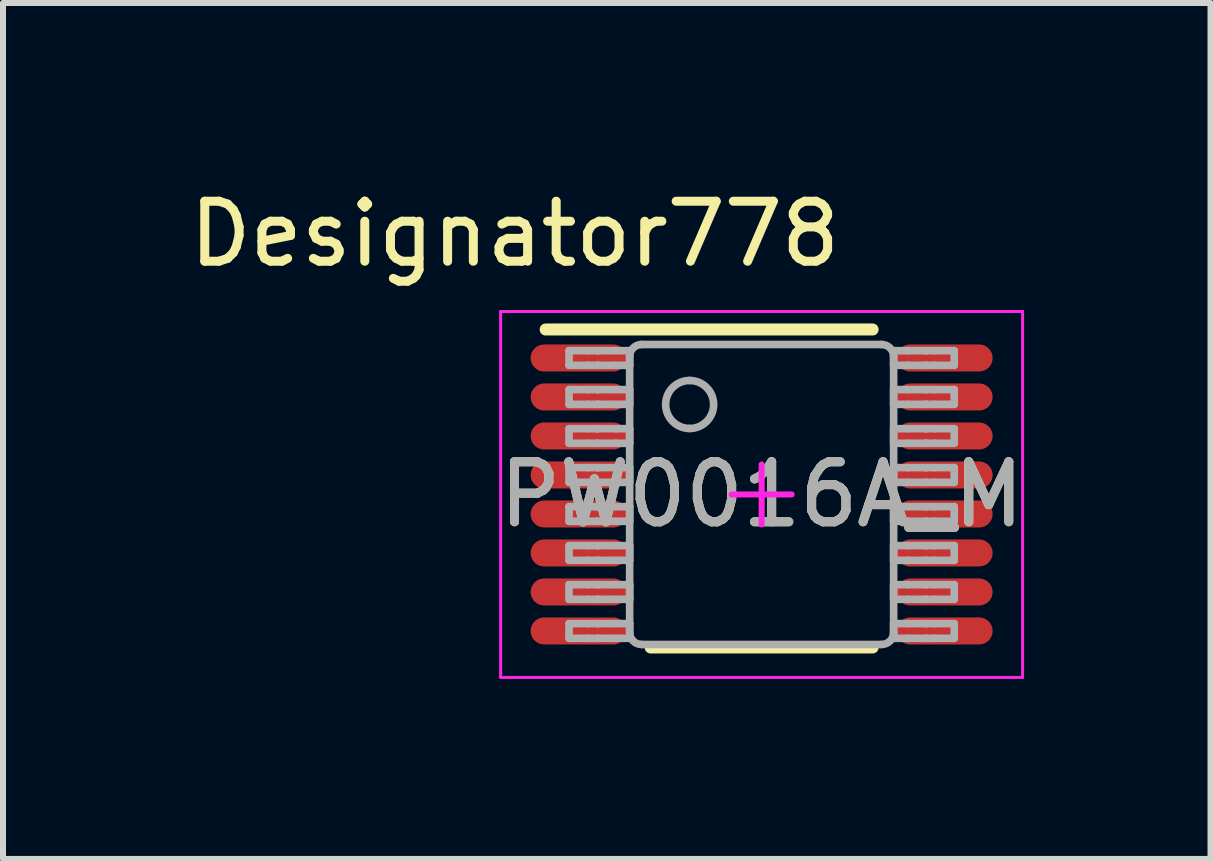
<source format=kicad_pcb>
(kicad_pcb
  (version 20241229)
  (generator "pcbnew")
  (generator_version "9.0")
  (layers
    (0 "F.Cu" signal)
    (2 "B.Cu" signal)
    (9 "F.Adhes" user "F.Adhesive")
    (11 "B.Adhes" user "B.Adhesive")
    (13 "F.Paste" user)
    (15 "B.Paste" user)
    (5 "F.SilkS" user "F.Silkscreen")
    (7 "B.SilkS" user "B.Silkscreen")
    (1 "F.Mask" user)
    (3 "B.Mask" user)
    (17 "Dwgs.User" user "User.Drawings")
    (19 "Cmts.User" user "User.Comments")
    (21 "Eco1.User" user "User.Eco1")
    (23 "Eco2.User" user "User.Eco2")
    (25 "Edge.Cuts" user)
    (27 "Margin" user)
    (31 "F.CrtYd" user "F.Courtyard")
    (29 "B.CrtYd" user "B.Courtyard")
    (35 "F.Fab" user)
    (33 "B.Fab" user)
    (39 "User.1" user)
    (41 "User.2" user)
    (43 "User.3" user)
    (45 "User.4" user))
  (footprint "PW0016A_M"
    (layer "F.Cu")
    (at 9.645 5.192)
    (property "Reference" "PW0016A_M" (at 0 0 0) (unlocked yes) (layer "F.SilkS") (effects (font (size 1 1) (thickness 0.15))))
    (attr smd)
    (fp_line (start -3.6 -2.75) (end 1.85 -2.75) (stroke (width 0.2) (type solid)) (layer "F.SilkS"))
    (fp_line (start -1.85 2.55) (end 1.85 2.55) (stroke (width 0.2) (type solid)) (layer "F.SilkS"))
    (fp_line (start -4.35 -3.05) (end 4.35 -3.05) (stroke (width 0.05) (type solid)) (layer "F.CrtYd"))
    (fp_line (start -4.35 3.05) (end -4.35 -3.05) (stroke (width 0.05) (type solid)) (layer "F.CrtYd"))
    (fp_line (start -4.35 3.05) (end 4.35 3.05) (stroke (width 0.05) (type solid)) (layer "F.CrtYd"))
    (fp_line (start -0.5 0) (end 0.5 0) (stroke (width 0.1) (type solid)) (layer "F.CrtYd"))
    (fp_line (start -0.000003 0.5) (end -0.000003 -0.5) (stroke (width 0.1) (type solid)) (layer "F.CrtYd"))
    (fp_line (start 4.35 3.05) (end 4.35 -3.05) (stroke (width 0.05) (type solid)) (layer "F.CrtYd"))
    (fp_line (start -3.21 -2.397) (end -2.887 -2.397) (stroke (width 0.127) (type solid)) (layer "F.Fab"))
    (fp_line (start -3.21 -2.153) (end -3.21 -2.397) (stroke (width 0.127) (type solid)) (layer "F.Fab"))
    (fp_line (start -3.21 -2.153) (end -2.887 -2.153) (stroke (width 0.127) (type solid)) (layer "F.Fab"))
    (fp_line (start -3.21 -1.748) (end -2.887 -1.748) (stroke (width 0.127) (type solid)) (layer "F.Fab"))
    (fp_line (start -3.21 -1.502) (end -3.21 -1.748) (stroke (width 0.127) (type solid)) (layer "F.Fab"))
    (fp_line (start -3.21 -1.502) (end -2.887 -1.502) (stroke (width 0.127) (type solid)) (layer "F.Fab"))
    (fp_line (start -3.21 -1.097) (end -2.887 -1.097) (stroke (width 0.127) (type solid)) (layer "F.Fab"))
    (fp_line (start -3.21 -0.853) (end -3.21 -1.097) (stroke (width 0.127) (type solid)) (layer "F.Fab"))
    (fp_line (start -3.21 -0.853) (end -2.887 -0.853) (stroke (width 0.127) (type solid)) (layer "F.Fab"))
    (fp_line (start -3.21 -0.448) (end -2.887 -0.448) (stroke (width 0.127) (type solid)) (layer "F.Fab"))
    (fp_line (start -3.21 -0.202) (end -3.21 -0.448) (stroke (width 0.127) (type solid)) (layer "F.Fab"))
    (fp_line (start -3.21 -0.202) (end -2.887 -0.202) (stroke (width 0.127) (type solid)) (layer "F.Fab"))
    (fp_line (start -3.21 0.203) (end -2.887 0.203) (stroke (width 0.127) (type solid)) (layer "F.Fab"))
    (fp_line (start -3.21 0.447) (end -3.21 0.203) (stroke (width 0.127) (type solid)) (layer "F.Fab"))
    (fp_line (start -3.21 0.447) (end -2.887 0.447) (stroke (width 0.127) (type solid)) (layer "F.Fab"))
    (fp_line (start -3.21 0.852) (end -2.887 0.852) (stroke (width 0.127) (type solid)) (layer "F.Fab"))
    (fp_line (start -3.21 1.098) (end -3.21 0.852) (stroke (width 0.127) (type solid)) (layer "F.Fab"))
    (fp_line (start -3.21 1.098) (end -2.887 1.098) (stroke (width 0.127) (type solid)) (layer "F.Fab"))
    (fp_line (start -3.21 1.503) (end -2.887 1.503) (stroke (width 0.127) (type solid)) (layer "F.Fab"))
    (fp_line (start -3.21 1.748) (end -3.21 1.503) (stroke (width 0.127) (type solid)) (layer "F.Fab"))
    (fp_line (start -3.21 1.748) (end -2.887 1.748) (stroke (width 0.127) (type solid)) (layer "F.Fab"))
    (fp_line (start -3.21 2.152) (end -2.887 2.152) (stroke (width 0.127) (type solid)) (layer "F.Fab"))
    (fp_line (start -3.21 2.398) (end -3.21 2.152) (stroke (width 0.127) (type solid)) (layer "F.Fab"))
    (fp_line (start -3.21 2.398) (end -2.887 2.398) (stroke (width 0.127) (type solid)) (layer "F.Fab"))
    (fp_line (start -2.887 -2.397) (end -2.739 -2.397) (stroke (width 0.127) (type solid)) (layer "F.Fab"))
    (fp_line (start -2.887 -2.153) (end -2.739 -2.153) (stroke (width 0.127) (type solid)) (layer "F.Fab"))
    (fp_line (start -2.887 -1.748) (end -2.739 -1.748) (stroke (width 0.127) (type solid)) (layer "F.Fab"))
    (fp_line (start -2.887 -1.502) (end -2.739 -1.502) (stroke (width 0.127) (type solid)) (layer "F.Fab"))
    (fp_line (start -2.887 -1.097) (end -2.739 -1.097) (stroke (width 0.127) (type solid)) (layer "F.Fab"))
    (fp_line (start -2.887 -0.853) (end -2.739 -0.853) (stroke (width 0.127) (type solid)) (layer "F.Fab"))
    (fp_line (start -2.887 -0.448) (end -2.739 -0.448) (stroke (width 0.127) (type solid)) (layer "F.Fab"))
    (fp_line (start -2.887 -0.202) (end -2.739 -0.202) (stroke (width 0.127) (type solid)) (layer "F.Fab"))
    (fp_line (start -2.887 0.203) (end -2.739 0.203) (stroke (width 0.127) (type solid)) (layer "F.Fab"))
    (fp_line (start -2.887 0.447) (end -2.739 0.447) (stroke (width 0.127) (type solid)) (layer "F.Fab"))
    (fp_line (start -2.887 0.852) (end -2.739 0.852) (stroke (width 0.127) (type solid)) (layer "F.Fab"))
    (fp_line (start -2.887 1.098) (end -2.739 1.098) (stroke (width 0.127) (type solid)) (layer "F.Fab"))
    (fp_line (start -2.887 1.503) (end -2.739 1.503) (stroke (width 0.127) (type solid)) (layer "F.Fab"))
    (fp_line (start -2.887 1.748) (end -2.739 1.748) (stroke (width 0.127) (type solid)) (layer "F.Fab"))
    (fp_line (start -2.887 2.152) (end -2.739 2.152) (stroke (width 0.127) (type solid)) (layer "F.Fab"))
    (fp_line (start -2.887 2.398) (end -2.739 2.398) (stroke (width 0.127) (type solid)) (layer "F.Fab"))
    (fp_line (start -2.739 -2.397) (end -2.733 -2.397) (stroke (width 0.127) (type solid)) (layer "F.Fab"))
    (fp_line (start -2.739 -2.153) (end -2.733 -2.153) (stroke (width 0.127) (type solid)) (layer "F.Fab"))
    (fp_line (start -2.739 -1.748) (end -2.733 -1.748) (stroke (width 0.127) (type solid)) (layer "F.Fab"))
    (fp_line (start -2.739 -1.502) (end -2.733 -1.502) (stroke (width 0.127) (type solid)) (layer "F.Fab"))
    (fp_line (start -2.739 -1.097) (end -2.733 -1.097) (stroke (width 0.127) (type solid)) (layer "F.Fab"))
    (fp_line (start -2.739 -0.853) (end -2.733 -0.853) (stroke (width 0.127) (type solid)) (layer "F.Fab"))
    (fp_line (start -2.739 -0.448) (end -2.733 -0.448) (stroke (width 0.127) (type solid)) (layer "F.Fab"))
    (fp_line (start -2.739 -0.202) (end -2.733 -0.202) (stroke (width 0.127) (type solid)) (layer "F.Fab"))
    (fp_line (start -2.739 0.203) (end -2.733 0.203) (stroke (width 0.127) (type solid)) (layer "F.Fab"))
    (fp_line (start -2.739 0.447) (end -2.733 0.447) (stroke (width 0.127) (type solid)) (layer "F.Fab"))
    (fp_line (start -2.739 0.852) (end -2.733 0.852) (stroke (width 0.127) (type solid)) (layer "F.Fab"))
    (fp_line (start -2.739 1.098) (end -2.733 1.098) (stroke (width 0.127) (type solid)) (layer "F.Fab"))
    (fp_line (start -2.739 1.503) (end -2.733 1.503) (stroke (width 0.127) (type solid)) (layer "F.Fab"))
    (fp_line (start -2.739 1.748) (end -2.733 1.748) (stroke (width 0.127) (type solid)) (layer "F.Fab"))
    (fp_line (start -2.739 2.152) (end -2.733 2.152) (stroke (width 0.127) (type solid)) (layer "F.Fab"))
    (fp_line (start -2.739 2.398) (end -2.733 2.398) (stroke (width 0.127) (type solid)) (layer "F.Fab"))
    (fp_line (start -2.733 -2.397) (end -2.431 -2.397) (stroke (width 0.127) (type solid)) (layer "F.Fab"))
    (fp_line (start -2.733 -2.153) (end -2.431 -2.153) (stroke (width 0.127) (type solid)) (layer "F.Fab"))
    (fp_line (start -2.733 -1.748) (end -2.431 -1.748) (stroke (width 0.127) (type solid)) (layer "F.Fab"))
    (fp_line (start -2.733 -1.502) (end -2.431 -1.502) (stroke (width 0.127) (type solid)) (layer "F.Fab"))
    (fp_line (start -2.733 -1.097) (end -2.431 -1.097) (stroke (width 0.127) (type solid)) (layer "F.Fab"))
    (fp_line (start -2.733 -0.853) (end -2.431 -0.853) (stroke (width 0.127) (type solid)) (layer "F.Fab"))
    (fp_line (start -2.733 -0.448) (end -2.431 -0.448) (stroke (width 0.127) (type solid)) (layer "F.Fab"))
    (fp_line (start -2.733 -0.202) (end -2.431 -0.202) (stroke (width 0.127) (type solid)) (layer "F.Fab"))
    (fp_line (start -2.733 0.203) (end -2.431 0.203) (stroke (width 0.127) (type solid)) (layer "F.Fab"))
    (fp_line (start -2.733 0.447) (end -2.431 0.447) (stroke (width 0.127) (type solid)) (layer "F.Fab"))
    (fp_line (start -2.733 0.852) (end -2.431 0.852) (stroke (width 0.127) (type solid)) (layer "F.Fab"))
    (fp_line (start -2.733 1.098) (end -2.431 1.098) (stroke (width 0.127) (type solid)) (layer "F.Fab"))
    (fp_line (start -2.733 1.503) (end -2.431 1.503) (stroke (width 0.127) (type solid)) (layer "F.Fab"))
    (fp_line (start -2.733 1.748) (end -2.431 1.748) (stroke (width 0.127) (type solid)) (layer "F.Fab"))
    (fp_line (start -2.733 2.152) (end -2.431 2.152) (stroke (width 0.127) (type solid)) (layer "F.Fab"))
    (fp_line (start -2.733 2.398) (end -2.431 2.398) (stroke (width 0.127) (type solid)) (layer "F.Fab"))
    (fp_line (start -2.431 -2.397) (end -2.2 -2.397) (stroke (width 0.127) (type solid)) (layer "F.Fab"))
    (fp_line (start -2.431 -2.153) (end -2.2 -2.153) (stroke (width 0.127) (type solid)) (layer "F.Fab"))
    (fp_line (start -2.431 -1.748) (end -2.2 -1.748) (stroke (width 0.127) (type solid)) (layer "F.Fab"))
    (fp_line (start -2.431 -1.502) (end -2.2 -1.502) (stroke (width 0.127) (type solid)) (layer "F.Fab"))
    (fp_line (start -2.431 -1.097) (end -2.2 -1.097) (stroke (width 0.127) (type solid)) (layer "F.Fab"))
    (fp_line (start -2.431 -0.853) (end -2.2 -0.853) (stroke (width 0.127) (type solid)) (layer "F.Fab"))
    (fp_line (start -2.431 -0.448) (end -2.2 -0.448) (stroke (width 0.127) (type solid)) (layer "F.Fab"))
    (fp_line (start -2.431 -0.202) (end -2.2 -0.202) (stroke (width 0.127) (type solid)) (layer "F.Fab"))
    (fp_line (start -2.431 0.203) (end -2.2 0.203) (stroke (width 0.127) (type solid)) (layer "F.Fab"))
    (fp_line (start -2.431 0.447) (end -2.2 0.447) (stroke (width 0.127) (type solid)) (layer "F.Fab"))
    (fp_line (start -2.431 0.852) (end -2.2 0.852) (stroke (width 0.127) (type solid)) (layer "F.Fab"))
    (fp_line (start -2.431 1.098) (end -2.2 1.098) (stroke (width 0.127) (type solid)) (layer "F.Fab"))
    (fp_line (start -2.431 1.503) (end -2.2 1.503) (stroke (width 0.127) (type solid)) (layer "F.Fab"))
    (fp_line (start -2.431 1.748) (end -2.2 1.748) (stroke (width 0.127) (type solid)) (layer "F.Fab"))
    (fp_line (start -2.431 2.152) (end -2.2 2.152) (stroke (width 0.127) (type solid)) (layer "F.Fab"))
    (fp_line (start -2.431 2.398) (end -2.2 2.398) (stroke (width 0.127) (type solid)) (layer "F.Fab"))
    (fp_line (start -2.2 -2.153) (end -2.2 -2.397) (stroke (width 0.127) (type solid)) (layer "F.Fab"))
    (fp_line (start -2.2 -1.502) (end -2.2 -1.748) (stroke (width 0.127) (type solid)) (layer "F.Fab"))
    (fp_line (start -2.2 -0.853) (end -2.2 -1.097) (stroke (width 0.127) (type solid)) (layer "F.Fab"))
    (fp_line (start -2.2 -0.202) (end -2.2 -0.448) (stroke (width 0.127) (type solid)) (layer "F.Fab"))
    (fp_line (start -2.2 0.447) (end -2.2 0.203) (stroke (width 0.127) (type solid)) (layer "F.Fab"))
    (fp_line (start -2.2 1.098) (end -2.2 0.852) (stroke (width 0.127) (type solid)) (layer "F.Fab"))
    (fp_line (start -2.2 1.748) (end -2.2 1.503) (stroke (width 0.127) (type solid)) (layer "F.Fab"))
    (fp_line (start -2.2 2.3) (end -2.2 -2.3) (stroke (width 0.127) (type solid)) (layer "F.Fab"))
    (fp_line (start -2.2 2.398) (end -2.2 2.152) (stroke (width 0.127) (type solid)) (layer "F.Fab"))
    (fp_line (start -2 -2.5) (end 2 -2.5) (stroke (width 0.127) (type solid)) (layer "F.Fab"))
    (fp_line (start -2 2.5) (end 2 2.5) (stroke (width 0.127) (type solid)) (layer "F.Fab"))
    (fp_line (start 2.2 -2.397) (end 2.43 -2.397) (stroke (width 0.127) (type solid)) (layer "F.Fab"))
    (fp_line (start 2.2 -2.153) (end 2.2 -2.397) (stroke (width 0.127) (type solid)) (layer "F.Fab"))
    (fp_line (start 2.2 -2.153) (end 2.43 -2.153) (stroke (width 0.127) (type solid)) (layer "F.Fab"))
    (fp_line (start 2.2 -1.748) (end 2.43 -1.748) (stroke (width 0.127) (type solid)) (layer "F.Fab"))
    (fp_line (start 2.2 -1.502) (end 2.2 -1.748) (stroke (width 0.127) (type solid)) (layer "F.Fab"))
    (fp_line (start 2.2 -1.502) (end 2.43 -1.502) (stroke (width 0.127) (type solid)) (layer "F.Fab"))
    (fp_line (start 2.2 -1.097) (end 2.43 -1.097) (stroke (width 0.127) (type solid)) (layer "F.Fab"))
    (fp_line (start 2.2 -0.853) (end 2.2 -1.097) (stroke (width 0.127) (type solid)) (layer "F.Fab"))
    (fp_line (start 2.2 -0.853) (end 2.43 -0.853) (stroke (width 0.127) (type solid)) (layer "F.Fab"))
    (fp_line (start 2.2 -0.448) (end 2.43 -0.448) (stroke (width 0.127) (type solid)) (layer "F.Fab"))
    (fp_line (start 2.2 -0.202) (end 2.2 -0.448) (stroke (width 0.127) (type solid)) (layer "F.Fab"))
    (fp_line (start 2.2 -0.202) (end 2.43 -0.202) (stroke (width 0.127) (type solid)) (layer "F.Fab"))
    (fp_line (start 2.2 0.203) (end 2.43 0.203) (stroke (width 0.127) (type solid)) (layer "F.Fab"))
    (fp_line (start 2.2 0.447) (end 2.2 0.203) (stroke (width 0.127) (type solid)) (layer "F.Fab"))
    (fp_line (start 2.2 0.447) (end 2.43 0.447) (stroke (width 0.127) (type solid)) (layer "F.Fab"))
    (fp_line (start 2.2 0.852) (end 2.43 0.852) (stroke (width 0.127) (type solid)) (layer "F.Fab"))
    (fp_line (start 2.2 1.098) (end 2.2 0.852) (stroke (width 0.127) (type solid)) (layer "F.Fab"))
    (fp_line (start 2.2 1.098) (end 2.43 1.098) (stroke (width 0.127) (type solid)) (layer "F.Fab"))
    (fp_line (start 2.2 1.503) (end 2.43 1.503) (stroke (width 0.127) (type solid)) (layer "F.Fab"))
    (fp_line (start 2.2 1.748) (end 2.2 1.503) (stroke (width 0.127) (type solid)) (layer "F.Fab"))
    (fp_line (start 2.2 1.748) (end 2.43 1.748) (stroke (width 0.127) (type solid)) (layer "F.Fab"))
    (fp_line (start 2.2 2.152) (end 2.43 2.152) (stroke (width 0.127) (type solid)) (layer "F.Fab"))
    (fp_line (start 2.2 2.3) (end 2.2 -2.3) (stroke (width 0.127) (type solid)) (layer "F.Fab"))
    (fp_line (start 2.2 2.398) (end 2.2 2.152) (stroke (width 0.127) (type solid)) (layer "F.Fab"))
    (fp_line (start 2.2 2.398) (end 2.43 2.398) (stroke (width 0.127) (type solid)) (layer "F.Fab"))
    (fp_line (start 2.43 -2.397) (end 2.733 -2.397) (stroke (width 0.127) (type solid)) (layer "F.Fab"))
    (fp_line (start 2.43 -2.153) (end 2.733 -2.153) (stroke (width 0.127) (type solid)) (layer "F.Fab"))
    (fp_line (start 2.43 -1.748) (end 2.733 -1.748) (stroke (width 0.127) (type solid)) (layer "F.Fab"))
    (fp_line (start 2.43 -1.502) (end 2.733 -1.502) (stroke (width 0.127) (type solid)) (layer "F.Fab"))
    (fp_line (start 2.43 -1.097) (end 2.733 -1.097) (stroke (width 0.127) (type solid)) (layer "F.Fab"))
    (fp_line (start 2.43 -0.853) (end 2.733 -0.853) (stroke (width 0.127) (type solid)) (layer "F.Fab"))
    (fp_line (start 2.43 -0.448) (end 2.733 -0.448) (stroke (width 0.127) (type solid)) (layer "F.Fab"))
    (fp_line (start 2.43 -0.202) (end 2.733 -0.202) (stroke (width 0.127) (type solid)) (layer "F.Fab"))
    (fp_line (start 2.43 0.203) (end 2.733 0.203) (stroke (width 0.127) (type solid)) (layer "F.Fab"))
    (fp_line (start 2.43 0.447) (end 2.733 0.447) (stroke (width 0.127) (type solid)) (layer "F.Fab"))
    (fp_line (start 2.43 0.852) (end 2.733 0.852) (stroke (width 0.127) (type solid)) (layer "F.Fab"))
    (fp_line (start 2.43 1.098) (end 2.733 1.098) (stroke (width 0.127) (type solid)) (layer "F.Fab"))
    (fp_line (start 2.43 1.503) (end 2.733 1.503) (stroke (width 0.127) (type solid)) (layer "F.Fab"))
    (fp_line (start 2.43 1.748) (end 2.733 1.748) (stroke (width 0.127) (type solid)) (layer "F.Fab"))
    (fp_line (start 2.43 2.152) (end 2.733 2.152) (stroke (width 0.127) (type solid)) (layer "F.Fab"))
    (fp_line (start 2.43 2.398) (end 2.733 2.398) (stroke (width 0.127) (type solid)) (layer "F.Fab"))
    (fp_line (start 2.733 -2.397) (end 2.739 -2.397) (stroke (width 0.127) (type solid)) (layer "F.Fab"))
    (fp_line (start 2.733 -2.153) (end 2.739 -2.153) (stroke (width 0.127) (type solid)) (layer "F.Fab"))
    (fp_line (start 2.733 -1.748) (end 2.739 -1.748) (stroke (width 0.127) (type solid)) (layer "F.Fab"))
    (fp_line (start 2.733 -1.502) (end 2.739 -1.502) (stroke (width 0.127) (type solid)) (layer "F.Fab"))
    (fp_line (start 2.733 -1.097) (end 2.739 -1.097) (stroke (width 0.127) (type solid)) (layer "F.Fab"))
    (fp_line (start 2.733 -0.853) (end 2.739 -0.853) (stroke (width 0.127) (type solid)) (layer "F.Fab"))
    (fp_line (start 2.733 -0.448) (end 2.739 -0.448) (stroke (width 0.127) (type solid)) (layer "F.Fab"))
    (fp_line (start 2.733 -0.202) (end 2.739 -0.202) (stroke (width 0.127) (type solid)) (layer "F.Fab"))
    (fp_line (start 2.733 0.203) (end 2.739 0.203) (stroke (width 0.127) (type solid)) (layer "F.Fab"))
    (fp_line (start 2.733 0.447) (end 2.739 0.447) (stroke (width 0.127) (type solid)) (layer "F.Fab"))
    (fp_line (start 2.733 0.852) (end 2.739 0.852) (stroke (width 0.127) (type solid)) (layer "F.Fab"))
    (fp_line (start 2.733 1.098) (end 2.739 1.098) (stroke (width 0.127) (type solid)) (layer "F.Fab"))
    (fp_line (start 2.733 1.503) (end 2.739 1.503) (stroke (width 0.127) (type solid)) (layer "F.Fab"))
    (fp_line (start 2.733 1.748) (end 2.739 1.748) (stroke (width 0.127) (type solid)) (layer "F.Fab"))
    (fp_line (start 2.733 2.152) (end 2.739 2.152) (stroke (width 0.127) (type solid)) (layer "F.Fab"))
    (fp_line (start 2.733 2.398) (end 2.739 2.398) (stroke (width 0.127) (type solid)) (layer "F.Fab"))
    (fp_line (start 2.739 -2.397) (end 2.887 -2.397) (stroke (width 0.127) (type solid)) (layer "F.Fab"))
    (fp_line (start 2.739 -2.153) (end 2.887 -2.153) (stroke (width 0.127) (type solid)) (layer "F.Fab"))
    (fp_line (start 2.739 -1.748) (end 2.887 -1.748) (stroke (width 0.127) (type solid)) (layer "F.Fab"))
    (fp_line (start 2.739 -1.502) (end 2.887 -1.502) (stroke (width 0.127) (type solid)) (layer "F.Fab"))
    (fp_line (start 2.739 -1.097) (end 2.887 -1.097) (stroke (width 0.127) (type solid)) (layer "F.Fab"))
    (fp_line (start 2.739 -0.853) (end 2.887 -0.853) (stroke (width 0.127) (type solid)) (layer "F.Fab"))
    (fp_line (start 2.739 -0.448) (end 2.887 -0.448) (stroke (width 0.127) (type solid)) (layer "F.Fab"))
    (fp_line (start 2.739 -0.202) (end 2.887 -0.202) (stroke (width 0.127) (type solid)) (layer "F.Fab"))
    (fp_line (start 2.739 0.203) (end 2.887 0.203) (stroke (width 0.127) (type solid)) (layer "F.Fab"))
    (fp_line (start 2.739 0.447) (end 2.887 0.447) (stroke (width 0.127) (type solid)) (layer "F.Fab"))
    (fp_line (start 2.739 0.852) (end 2.887 0.852) (stroke (width 0.127) (type solid)) (layer "F.Fab"))
    (fp_line (start 2.739 1.098) (end 2.887 1.098) (stroke (width 0.127) (type solid)) (layer "F.Fab"))
    (fp_line (start 2.739 1.503) (end 2.887 1.503) (stroke (width 0.127) (type solid)) (layer "F.Fab"))
    (fp_line (start 2.739 1.748) (end 2.887 1.748) (stroke (width 0.127) (type solid)) (layer "F.Fab"))
    (fp_line (start 2.739 2.152) (end 2.887 2.152) (stroke (width 0.127) (type solid)) (layer "F.Fab"))
    (fp_line (start 2.739 2.398) (end 2.887 2.398) (stroke (width 0.127) (type solid)) (layer "F.Fab"))
    (fp_line (start 2.887 -2.397) (end 3.21 -2.397) (stroke (width 0.127) (type solid)) (layer "F.Fab"))
    (fp_line (start 2.887 -2.153) (end 3.21 -2.153) (stroke (width 0.127) (type solid)) (layer "F.Fab"))
    (fp_line (start 2.887 -1.748) (end 3.21 -1.748) (stroke (width 0.127) (type solid)) (layer "F.Fab"))
    (fp_line (start 2.887 -1.502) (end 3.21 -1.502) (stroke (width 0.127) (type solid)) (layer "F.Fab"))
    (fp_line (start 2.887 -1.097) (end 3.21 -1.097) (stroke (width 0.127) (type solid)) (layer "F.Fab"))
    (fp_line (start 2.887 -0.853) (end 3.21 -0.853) (stroke (width 0.127) (type solid)) (layer "F.Fab"))
    (fp_line (start 2.887 -0.448) (end 3.21 -0.448) (stroke (width 0.127) (type solid)) (layer "F.Fab"))
    (fp_line (start 2.887 -0.202) (end 3.21 -0.202) (stroke (width 0.127) (type solid)) (layer "F.Fab"))
    (fp_line (start 2.887 0.203) (end 3.21 0.203) (stroke (width 0.127) (type solid)) (layer "F.Fab"))
    (fp_line (start 2.887 0.447) (end 3.21 0.447) (stroke (width 0.127) (type solid)) (layer "F.Fab"))
    (fp_line (start 2.887 0.852) (end 3.21 0.852) (stroke (width 0.127) (type solid)) (layer "F.Fab"))
    (fp_line (start 2.887 1.098) (end 3.21 1.098) (stroke (width 0.127) (type solid)) (layer "F.Fab"))
    (fp_line (start 2.887 1.503) (end 3.21 1.503) (stroke (width 0.127) (type solid)) (layer "F.Fab"))
    (fp_line (start 2.887 1.748) (end 3.21 1.748) (stroke (width 0.127) (type solid)) (layer "F.Fab"))
    (fp_line (start 2.887 2.152) (end 3.21 2.152) (stroke (width 0.127) (type solid)) (layer "F.Fab"))
    (fp_line (start 2.887 2.398) (end 3.21 2.398) (stroke (width 0.127) (type solid)) (layer "F.Fab"))
    (fp_line (start 3.21 -2.153) (end 3.21 -2.397) (stroke (width 0.127) (type solid)) (layer "F.Fab"))
    (fp_line (start 3.21 -1.502) (end 3.21 -1.748) (stroke (width 0.127) (type solid)) (layer "F.Fab"))
    (fp_line (start 3.21 -0.853) (end 3.21 -1.097) (stroke (width 0.127) (type solid)) (layer "F.Fab"))
    (fp_line (start 3.21 -0.202) (end 3.21 -0.448) (stroke (width 0.127) (type solid)) (layer "F.Fab"))
    (fp_line (start 3.21 0.447) (end 3.21 0.203) (stroke (width 0.127) (type solid)) (layer "F.Fab"))
    (fp_line (start 3.21 1.098) (end 3.21 0.852) (stroke (width 0.127) (type solid)) (layer "F.Fab"))
    (fp_line (start 3.21 1.748) (end 3.21 1.503) (stroke (width 0.127) (type solid)) (layer "F.Fab"))
    (fp_line (start 3.21 2.398) (end 3.21 2.152) (stroke (width 0.127) (type solid)) (layer "F.Fab"))
    (fp_arc (start -2.200001 -2.3) (mid -2.141422 -2.441421) (end -2.000001 -2.5) (stroke (width 0.127) (type solid)) (layer "F.Fab"))
    (fp_arc (start -2.000001 2.500015) (mid -2.141422 2.441437) (end -2.200001 2.300016) (stroke (width 0.127) (type solid)) (layer "F.Fab"))
    (fp_arc (start -1.200003 -1.900001) (mid -0.800003 -1.500002) (end -1.200003 -1.100003) (stroke (width 0.127) (type solid)) (layer "F.Fab"))
    (fp_arc (start -1.200003 -1.100003) (mid -1.600002 -1.500002) (end -1.200003 -1.900001) (stroke (width 0.127) (type solid)) (layer "F.Fab"))
    (fp_arc (start 1.999991 -2.5) (mid 2.141412 -2.441422) (end 2.199991 -2.3) (stroke (width 0.127) (type solid)) (layer "F.Fab"))
    (fp_arc (start 2.199991 2.300016) (mid 2.141412 2.441437) (end 1.999991 2.500015) (stroke (width 0.127) (type solid)) (layer "F.Fab"))
    (fp_text user "Designator778" (at -4.115 -4.343 0) (unlocked yes) (layer "F.SilkS") (effects (font (size 1 1) (thickness 0.15))))
    (fp_text user "${REFERENCE}" (at 0 0 0) (unlocked yes) (layer "F.Fab") (effects (font (size 1 1) (thickness 0.15))))
    (pad "1" smd oval (at -3.05 -2.275 90) (size 0.45 1.6) (layers "F.Cu" "F.Mask" "F.Paste"))
    (pad "2" smd oval (at -3.05 -1.625 90) (size 0.45 1.6) (layers "F.Cu" "F.Mask" "F.Paste"))
    (pad "3" smd oval (at -3.05 -0.975 90) (size 0.45 1.6) (layers "F.Cu" "F.Mask" "F.Paste"))
    (pad "4" smd oval (at -3.05 -0.325 90) (size 0.45 1.6) (layers "F.Cu" "F.Mask" "F.Paste"))
    (pad "5" smd oval (at -3.05 0.325 90) (size 0.45 1.6) (layers "F.Cu" "F.Mask" "F.Paste"))
    (pad "6" smd oval (at -3.05 0.975 90) (size 0.45 1.6) (layers "F.Cu" "F.Mask" "F.Paste"))
    (pad "7" smd oval (at -3.05 1.625 90) (size 0.45 1.6) (layers "F.Cu" "F.Mask" "F.Paste"))
    (pad "8" smd oval (at -3.05 2.275 90) (size 0.45 1.6) (layers "F.Cu" "F.Mask" "F.Paste"))
    (pad "9" smd oval (at 3.05 2.275 90) (size 0.45 1.6) (layers "F.Cu" "F.Mask" "F.Paste"))
    (pad "10" smd oval (at 3.05 1.625 90) (size 0.45 1.6) (layers "F.Cu" "F.Mask" "F.Paste"))
    (pad "11" smd oval (at 3.05 0.975 90) (size 0.45 1.6) (layers "F.Cu" "F.Mask" "F.Paste"))
    (pad "12" smd oval (at 3.05 0.325 90) (size 0.45 1.6) (layers "F.Cu" "F.Mask" "F.Paste"))
    (pad "13" smd oval (at 3.05 -0.325 90) (size 0.45 1.6) (layers "F.Cu" "F.Mask" "F.Paste"))
    (pad "14" smd oval (at 3.05 -0.975 90) (size 0.45 1.6) (layers "F.Cu" "F.Mask" "F.Paste"))
    (pad "15" smd oval (at 3.05 -1.625 90) (size 0.45 1.6) (layers "F.Cu" "F.Mask" "F.Paste"))
    (pad "16" smd oval (at 3.05 -2.275 90) (size 0.45 1.6) (layers "F.Cu" "F.Mask" "F.Paste")))
  (gr_rect
    (start -3 -3)
    (end 17.127 11.267)
    (stroke (width 0.1) (type default))
    (fill no)
    (layer "Edge.Cuts")))
</source>
